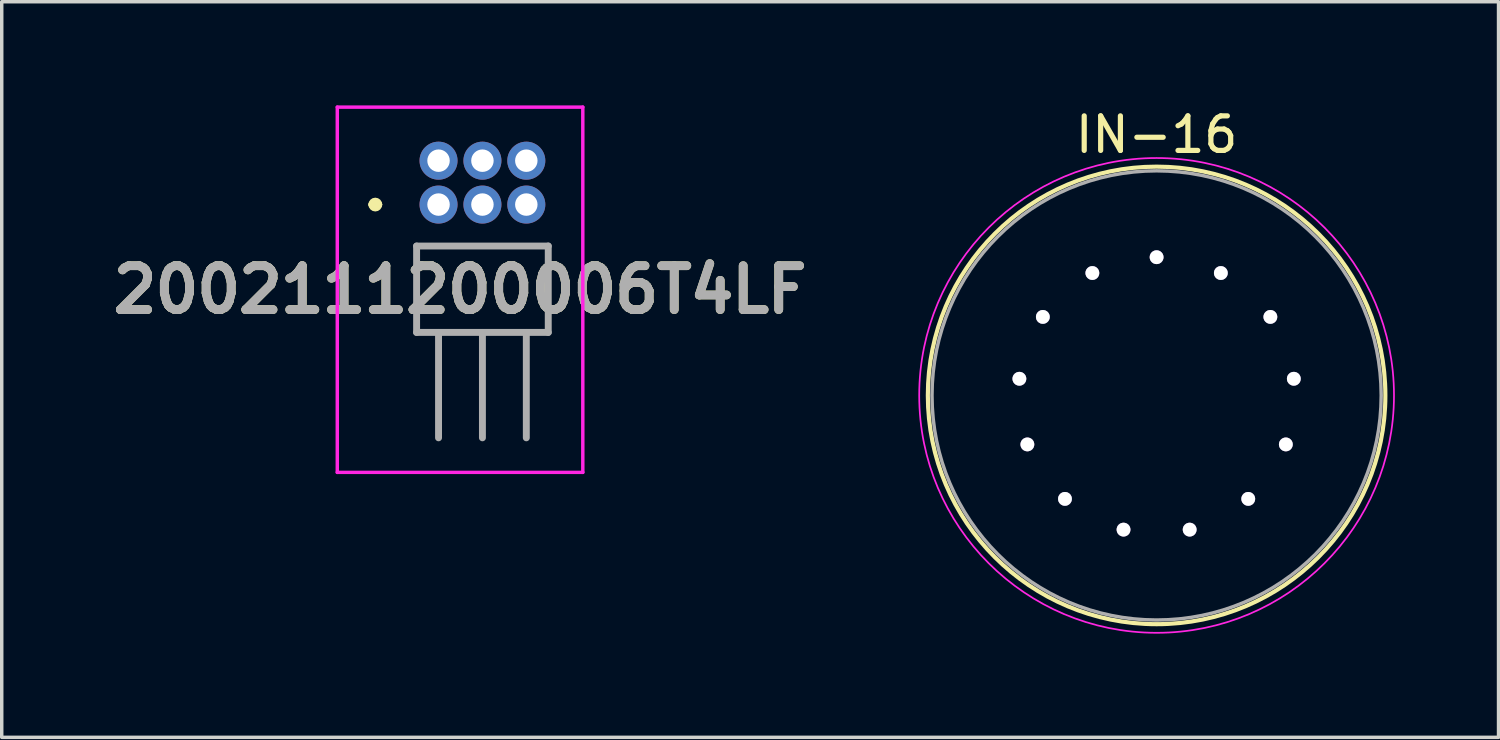
<source format=kicad_pcb>
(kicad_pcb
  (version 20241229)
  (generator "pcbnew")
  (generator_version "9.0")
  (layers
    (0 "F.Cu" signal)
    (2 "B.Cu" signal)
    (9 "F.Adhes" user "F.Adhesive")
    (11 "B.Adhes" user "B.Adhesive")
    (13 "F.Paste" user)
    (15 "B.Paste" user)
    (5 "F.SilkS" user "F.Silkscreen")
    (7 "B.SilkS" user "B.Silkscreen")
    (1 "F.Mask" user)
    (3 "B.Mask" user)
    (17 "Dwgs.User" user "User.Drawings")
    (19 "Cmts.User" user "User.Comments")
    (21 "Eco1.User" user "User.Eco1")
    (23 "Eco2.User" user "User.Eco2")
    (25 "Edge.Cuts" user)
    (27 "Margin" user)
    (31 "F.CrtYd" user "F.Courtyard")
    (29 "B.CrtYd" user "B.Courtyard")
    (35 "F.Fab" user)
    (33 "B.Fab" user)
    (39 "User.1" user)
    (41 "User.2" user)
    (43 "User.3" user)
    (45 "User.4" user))
  (footprint "2002111200006T4LF"
    (layer "F.Cu")
    (at 9.641 2.87)
    (property "Reference" "2002111200006T4LF" (at 0.622 2.465 0) (layer "F.SilkS") (effects (font (size 1.27 1.27) (thickness 0.254))))
    (attr through_hole)
    (fp_line (start -1.93 0) (end -1.93 0) (stroke (width 0.2) (type solid)) (layer "F.SilkS"))
    (fp_line (start -1.73 0) (end -1.73 0) (stroke (width 0.2) (type solid)) (layer "F.SilkS"))
    (fp_line (start -0.635 1.2) (end 3.175 1.2) (stroke (width 0.1) (type solid)) (layer "F.SilkS"))
    (fp_line (start -0.635 3.7) (end -0.635 1.2) (stroke (width 0.1) (type solid)) (layer "F.SilkS"))
    (fp_line (start 3.175 1.2) (end 3.175 3.7) (stroke (width 0.1) (type solid)) (layer "F.SilkS"))
    (fp_line (start 3.175 3.7) (end -0.635 3.7) (stroke (width 0.1) (type solid)) (layer "F.SilkS"))
    (fp_arc (start -1.93 0) (mid -1.83 -0.1) (end -1.73 0) (stroke (width 0.2) (type solid)) (layer "F.SilkS"))
    (fp_arc (start -1.73 0) (mid -1.83 0.1) (end -1.93 0) (stroke (width 0.2) (type solid)) (layer "F.SilkS"))
    (fp_line (start -2.93 -2.82) (end 4.175 -2.82) (stroke (width 0.1) (type solid)) (layer "F.CrtYd"))
    (fp_line (start -2.93 7.75) (end -2.93 -2.82) (stroke (width 0.1) (type solid)) (layer "F.CrtYd"))
    (fp_line (start 4.175 -2.82) (end 4.175 7.75) (stroke (width 0.1) (type solid)) (layer "F.CrtYd"))
    (fp_line (start 4.175 7.75) (end -2.93 7.75) (stroke (width 0.1) (type solid)) (layer "F.CrtYd"))
    (fp_line (start -0.635 1.2) (end 3.175 1.2) (stroke (width 0.2) (type solid)) (layer "F.Fab"))
    (fp_line (start -0.635 3.7) (end -0.635 1.2) (stroke (width 0.2) (type solid)) (layer "F.Fab"))
    (fp_line (start 0 3.7) (end 0 6.75) (stroke (width 0.2) (type solid)) (layer "F.Fab"))
    (fp_line (start 1.27 3.7) (end 1.27 6.75) (stroke (width 0.2) (type solid)) (layer "F.Fab"))
    (fp_line (start 2.54 3.7) (end 2.54 6.75) (stroke (width 0.2) (type solid)) (layer "F.Fab"))
    (fp_line (start 3.175 1.2) (end 3.175 3.7) (stroke (width 0.2) (type solid)) (layer "F.Fab"))
    (fp_line (start 3.175 3.7) (end -0.635 3.7) (stroke (width 0.2) (type solid)) (layer "F.Fab"))
    (fp_text user "${REFERENCE}" (at 0.622 2.465 0) (layer "F.Fab") (effects (font (size 1.27 1.27) (thickness 0.254))))
    (pad "1" thru_hole circle (at 0 0) (size 1.1 1.1) (drill 0.65) (layers "*.Cu" "*.Mask"))
    (pad "2" thru_hole circle (at 0 -1.27) (size 1.1 1.1) (drill 0.65) (layers "*.Cu" "*.Mask"))
    (pad "3" thru_hole circle (at 1.27 0) (size 1.1 1.1) (drill 0.65) (layers "*.Cu" "*.Mask"))
    (pad "4" thru_hole circle (at 1.27 -1.27) (size 1.1 1.1) (drill 0.65) (layers "*.Cu" "*.Mask"))
    (pad "5" thru_hole circle (at 2.54 0) (size 1.1 1.1) (drill 0.65) (layers "*.Cu" "*.Mask"))
    (pad "6" thru_hole circle (at 2.54 -1.27) (size 1.1 1.1) (drill 0.65) (layers "*.Cu" "*.Mask")))
  (footprint "IN-16"
    (layer "F.Cu")
    (at 30.421 8.393)
    (property "Reference" "IN-16" (at 0 -7.545 0) (layer "F.SilkS") (effects (font (size 1 1) (thickness 0.15))))
    (fp_circle (center 0 0) (end 0 6.62) (stroke (width 0.12) (type solid)) (fill no) (layer "F.SilkS"))
    (fp_circle (center 0 0) (end 0 6.87) (stroke (width 0.05) (type solid)) (fill no) (layer "F.CrtYd"))
    (fp_circle (center 0 0) (end 0 6.5) (stroke (width 0.1) (type solid)) (fill no) (layer "F.Fab"))
    (pad "1" thru_hole oval (at 0 -4) (size 0.4 0.4) (drill 0.8) (layers "*.Cu" "*.Mask"))
    (pad "2" thru_hole oval (at -1.859 -3.542) (size 0.4 0.4) (drill 0.8) (layers "*.Cu" "*.Mask"))
    (pad "3" thru_hole oval (at -3.292 -2.272) (size 0.4 0.4) (drill 0.8) (layers "*.Cu" "*.Mask"))
    (pad "4" thru_hole oval (at -3.971 -0.482) (size 0.4 0.4) (drill 0.8) (layers "*.Cu" "*.Mask"))
    (pad "5" thru_hole oval (at -3.74 1.418) (size 0.4 0.4) (drill 0.8) (layers "*.Cu" "*.Mask"))
    (pad "6" thru_hole oval (at -2.652 2.994) (size 0.4 0.4) (drill 0.8) (layers "*.Cu" "*.Mask"))
    (pad "7" thru_hole oval (at -0.957 3.884) (size 0.4 0.4) (drill 0.8) (layers "*.Cu" "*.Mask"))
    (pad "8" thru_hole oval (at 0.957 3.884) (size 0.4 0.4) (drill 0.8) (layers "*.Cu" "*.Mask"))
    (pad "9" thru_hole oval (at 2.652 2.994) (size 0.4 0.4) (drill 0.8) (layers "*.Cu" "*.Mask"))
    (pad "10" thru_hole oval (at 3.74 1.418) (size 0.4 0.4) (drill 0.8) (layers "*.Cu" "*.Mask"))
    (pad "11" thru_hole oval (at 3.971 -0.482) (size 0.4 0.4) (drill 0.8) (layers "*.Cu" "*.Mask"))
    (pad "12" thru_hole oval (at 3.292 -2.272) (size 0.4 0.4) (drill 0.8) (layers "*.Cu" "*.Mask"))
    (pad "13" thru_hole oval (at 1.859 -3.542) (size 0.4 0.4) (drill 0.8) (layers "*.Cu" "*.Mask")))
  (gr_rect
    (start -3 -3)
    (end 40.316 18.288)
    (stroke (width 0.1) (type default))
    (fill no)
    (layer "Edge.Cuts")))
</source>
